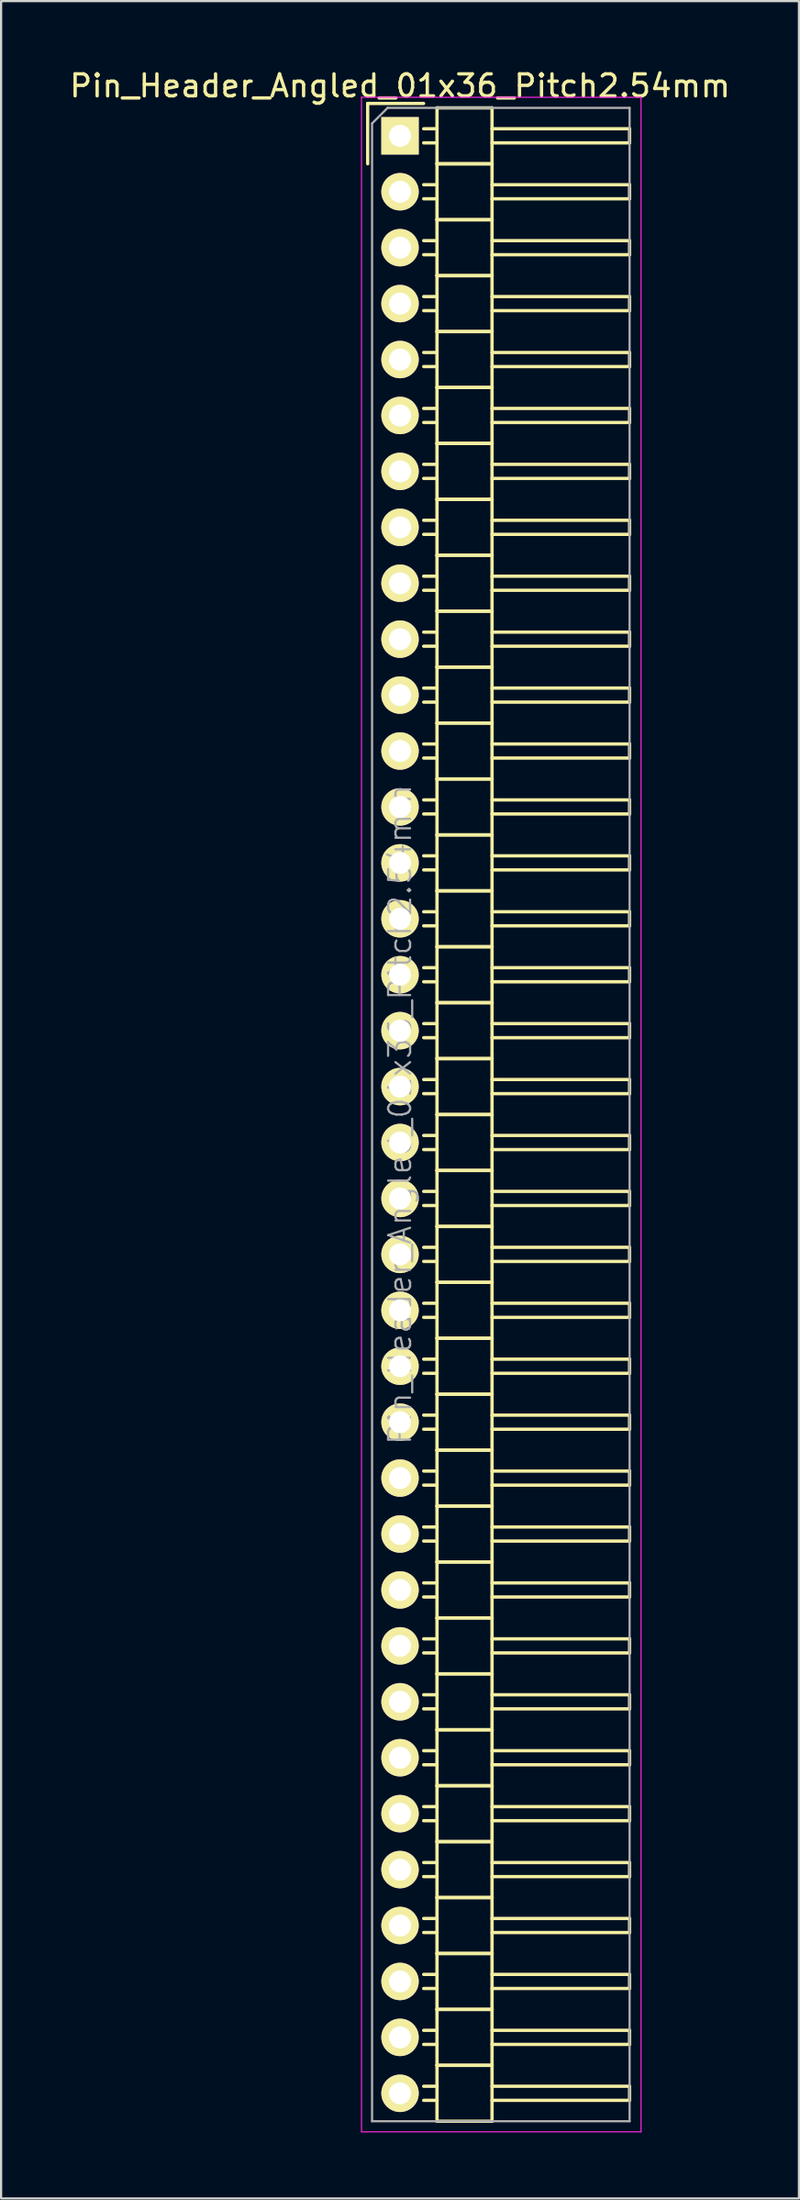
<source format=kicad_pcb>
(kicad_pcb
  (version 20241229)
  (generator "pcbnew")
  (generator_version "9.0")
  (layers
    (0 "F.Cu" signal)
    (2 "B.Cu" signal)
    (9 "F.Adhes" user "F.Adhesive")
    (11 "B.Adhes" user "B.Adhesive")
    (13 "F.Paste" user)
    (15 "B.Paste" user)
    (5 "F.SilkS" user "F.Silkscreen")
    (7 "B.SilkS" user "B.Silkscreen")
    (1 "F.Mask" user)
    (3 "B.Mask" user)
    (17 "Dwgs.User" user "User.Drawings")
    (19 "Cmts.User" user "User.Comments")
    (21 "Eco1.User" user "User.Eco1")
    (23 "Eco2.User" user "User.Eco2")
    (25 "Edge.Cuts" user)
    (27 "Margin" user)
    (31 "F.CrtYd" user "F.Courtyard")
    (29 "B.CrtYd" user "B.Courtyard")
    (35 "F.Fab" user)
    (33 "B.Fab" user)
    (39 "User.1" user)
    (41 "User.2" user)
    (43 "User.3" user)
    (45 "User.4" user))
  (footprint "Pin_Header_Angled_01x36_Pitch2.54mm"
    (layer "F.Cu")
    (at 15.125 3.118)
    (property "Reference" "Pin_Header_Angled_01x36_Pitch2.54mm" (at 0 -2.27 0) (layer "F.SilkS") (effects (font (size 1 1) (thickness 0.15))))
    (attr smd)
    (fp_line (start -1.47 -1.47) (end -1.47 1.27) (stroke (width 0.15) (type solid)) (layer "F.SilkS"))
    (fp_line (start -1.47 -1.47) (end 1.07 -1.47) (stroke (width 0.15) (type solid)) (layer "F.SilkS"))
    (fp_line (start 1.68 -0.32) (end 1.075 -0.32) (stroke (width 0.15) (type solid)) (layer "F.SilkS"))
    (fp_line (start 1.68 0.32) (end 1.075 0.32) (stroke (width 0.15) (type solid)) (layer "F.SilkS"))
    (fp_line (start 1.68 1.27) (end 1.68 -1.27) (stroke (width 0.15) (type solid)) (layer "F.SilkS"))
    (fp_line (start 1.68 2.22) (end 1.075 2.22) (stroke (width 0.15) (type solid)) (layer "F.SilkS"))
    (fp_line (start 1.68 2.86) (end 1.075 2.86) (stroke (width 0.15) (type solid)) (layer "F.SilkS"))
    (fp_line (start 1.68 3.81) (end 1.68 1.27) (stroke (width 0.15) (type solid)) (layer "F.SilkS"))
    (fp_line (start 1.68 4.76) (end 1.075 4.76) (stroke (width 0.15) (type solid)) (layer "F.SilkS"))
    (fp_line (start 1.68 5.4) (end 1.075 5.4) (stroke (width 0.15) (type solid)) (layer "F.SilkS"))
    (fp_line (start 1.68 6.35) (end 1.68 3.81) (stroke (width 0.15) (type solid)) (layer "F.SilkS"))
    (fp_line (start 1.68 7.3) (end 1.075 7.3) (stroke (width 0.15) (type solid)) (layer "F.SilkS"))
    (fp_line (start 1.68 7.94) (end 1.075 7.94) (stroke (width 0.15) (type solid)) (layer "F.SilkS"))
    (fp_line (start 1.68 8.89) (end 1.68 6.35) (stroke (width 0.15) (type solid)) (layer "F.SilkS"))
    (fp_line (start 1.68 9.84) (end 1.075 9.84) (stroke (width 0.15) (type solid)) (layer "F.SilkS"))
    (fp_line (start 1.68 10.48) (end 1.075 10.48) (stroke (width 0.15) (type solid)) (layer "F.SilkS"))
    (fp_line (start 1.68 11.43) (end 1.68 8.89) (stroke (width 0.15) (type solid)) (layer "F.SilkS"))
    (fp_line (start 1.68 12.38) (end 1.075 12.38) (stroke (width 0.15) (type solid)) (layer "F.SilkS"))
    (fp_line (start 1.68 13.02) (end 1.075 13.02) (stroke (width 0.15) (type solid)) (layer "F.SilkS"))
    (fp_line (start 1.68 13.97) (end 1.68 11.43) (stroke (width 0.15) (type solid)) (layer "F.SilkS"))
    (fp_line (start 1.68 14.92) (end 1.075 14.92) (stroke (width 0.15) (type solid)) (layer "F.SilkS"))
    (fp_line (start 1.68 15.56) (end 1.075 15.56) (stroke (width 0.15) (type solid)) (layer "F.SilkS"))
    (fp_line (start 1.68 16.51) (end 1.68 13.97) (stroke (width 0.15) (type solid)) (layer "F.SilkS"))
    (fp_line (start 1.68 17.46) (end 1.075 17.46) (stroke (width 0.15) (type solid)) (layer "F.SilkS"))
    (fp_line (start 1.68 18.1) (end 1.075 18.1) (stroke (width 0.15) (type solid)) (layer "F.SilkS"))
    (fp_line (start 1.68 19.05) (end 1.68 16.51) (stroke (width 0.15) (type solid)) (layer "F.SilkS"))
    (fp_line (start 1.68 20) (end 1.075 20) (stroke (width 0.15) (type solid)) (layer "F.SilkS"))
    (fp_line (start 1.68 20.64) (end 1.075 20.64) (stroke (width 0.15) (type solid)) (layer "F.SilkS"))
    (fp_line (start 1.68 21.59) (end 1.68 19.05) (stroke (width 0.15) (type solid)) (layer "F.SilkS"))
    (fp_line (start 1.68 22.54) (end 1.075 22.54) (stroke (width 0.15) (type solid)) (layer "F.SilkS"))
    (fp_line (start 1.68 23.18) (end 1.075 23.18) (stroke (width 0.15) (type solid)) (layer "F.SilkS"))
    (fp_line (start 1.68 24.13) (end 1.68 21.59) (stroke (width 0.15) (type solid)) (layer "F.SilkS"))
    (fp_line (start 1.68 25.08) (end 1.075 25.08) (stroke (width 0.15) (type solid)) (layer "F.SilkS"))
    (fp_line (start 1.68 25.72) (end 1.075 25.72) (stroke (width 0.15) (type solid)) (layer "F.SilkS"))
    (fp_line (start 1.68 26.67) (end 1.68 24.13) (stroke (width 0.15) (type solid)) (layer "F.SilkS"))
    (fp_line (start 1.68 27.62) (end 1.075 27.62) (stroke (width 0.15) (type solid)) (layer "F.SilkS"))
    (fp_line (start 1.68 28.26) (end 1.075 28.26) (stroke (width 0.15) (type solid)) (layer "F.SilkS"))
    (fp_line (start 1.68 29.21) (end 1.68 26.67) (stroke (width 0.15) (type solid)) (layer "F.SilkS"))
    (fp_line (start 1.68 30.16) (end 1.075 30.16) (stroke (width 0.15) (type solid)) (layer "F.SilkS"))
    (fp_line (start 1.68 30.8) (end 1.075 30.8) (stroke (width 0.15) (type solid)) (layer "F.SilkS"))
    (fp_line (start 1.68 31.75) (end 1.68 29.21) (stroke (width 0.15) (type solid)) (layer "F.SilkS"))
    (fp_line (start 1.68 32.7) (end 1.075 32.7) (stroke (width 0.15) (type solid)) (layer "F.SilkS"))
    (fp_line (start 1.68 33.34) (end 1.075 33.34) (stroke (width 0.15) (type solid)) (layer "F.SilkS"))
    (fp_line (start 1.68 34.29) (end 1.68 31.75) (stroke (width 0.15) (type solid)) (layer "F.SilkS"))
    (fp_line (start 1.68 35.24) (end 1.075 35.24) (stroke (width 0.15) (type solid)) (layer "F.SilkS"))
    (fp_line (start 1.68 35.88) (end 1.075 35.88) (stroke (width 0.15) (type solid)) (layer "F.SilkS"))
    (fp_line (start 1.68 36.83) (end 1.68 34.29) (stroke (width 0.15) (type solid)) (layer "F.SilkS"))
    (fp_line (start 1.68 37.78) (end 1.075 37.78) (stroke (width 0.15) (type solid)) (layer "F.SilkS"))
    (fp_line (start 1.68 38.42) (end 1.075 38.42) (stroke (width 0.15) (type solid)) (layer "F.SilkS"))
    (fp_line (start 1.68 39.37) (end 1.68 36.83) (stroke (width 0.15) (type solid)) (layer "F.SilkS"))
    (fp_line (start 1.68 40.32) (end 1.075 40.32) (stroke (width 0.15) (type solid)) (layer "F.SilkS"))
    (fp_line (start 1.68 40.96) (end 1.075 40.96) (stroke (width 0.15) (type solid)) (layer "F.SilkS"))
    (fp_line (start 1.68 41.91) (end 1.68 39.37) (stroke (width 0.15) (type solid)) (layer "F.SilkS"))
    (fp_line (start 1.68 42.86) (end 1.075 42.86) (stroke (width 0.15) (type solid)) (layer "F.SilkS"))
    (fp_line (start 1.68 43.5) (end 1.075 43.5) (stroke (width 0.15) (type solid)) (layer "F.SilkS"))
    (fp_line (start 1.68 44.45) (end 1.68 41.91) (stroke (width 0.15) (type solid)) (layer "F.SilkS"))
    (fp_line (start 1.68 45.4) (end 1.075 45.4) (stroke (width 0.15) (type solid)) (layer "F.SilkS"))
    (fp_line (start 1.68 46.04) (end 1.075 46.04) (stroke (width 0.15) (type solid)) (layer "F.SilkS"))
    (fp_line (start 1.68 46.99) (end 1.68 44.45) (stroke (width 0.15) (type solid)) (layer "F.SilkS"))
    (fp_line (start 1.68 47.94) (end 1.075 47.94) (stroke (width 0.15) (type solid)) (layer "F.SilkS"))
    (fp_line (start 1.68 48.58) (end 1.075 48.58) (stroke (width 0.15) (type solid)) (layer "F.SilkS"))
    (fp_line (start 1.68 49.53) (end 1.68 46.99) (stroke (width 0.15) (type solid)) (layer "F.SilkS"))
    (fp_line (start 1.68 50.48) (end 1.075 50.48) (stroke (width 0.15) (type solid)) (layer "F.SilkS"))
    (fp_line (start 1.68 51.12) (end 1.075 51.12) (stroke (width 0.15) (type solid)) (layer "F.SilkS"))
    (fp_line (start 1.68 52.07) (end 1.68 49.53) (stroke (width 0.15) (type solid)) (layer "F.SilkS"))
    (fp_line (start 1.68 53.02) (end 1.075 53.02) (stroke (width 0.15) (type solid)) (layer "F.SilkS"))
    (fp_line (start 1.68 53.66) (end 1.075 53.66) (stroke (width 0.15) (type solid)) (layer "F.SilkS"))
    (fp_line (start 1.68 54.61) (end 1.68 52.07) (stroke (width 0.15) (type solid)) (layer "F.SilkS"))
    (fp_line (start 1.68 55.56) (end 1.075 55.56) (stroke (width 0.15) (type solid)) (layer "F.SilkS"))
    (fp_line (start 1.68 56.2) (end 1.075 56.2) (stroke (width 0.15) (type solid)) (layer "F.SilkS"))
    (fp_line (start 1.68 57.15) (end 1.68 54.61) (stroke (width 0.15) (type solid)) (layer "F.SilkS"))
    (fp_line (start 1.68 58.1) (end 1.075 58.1) (stroke (width 0.15) (type solid)) (layer "F.SilkS"))
    (fp_line (start 1.68 58.74) (end 1.075 58.74) (stroke (width 0.15) (type solid)) (layer "F.SilkS"))
    (fp_line (start 1.68 59.69) (end 1.68 57.15) (stroke (width 0.15) (type solid)) (layer "F.SilkS"))
    (fp_line (start 1.68 60.64) (end 1.075 60.64) (stroke (width 0.15) (type solid)) (layer "F.SilkS"))
    (fp_line (start 1.68 61.28) (end 1.075 61.28) (stroke (width 0.15) (type solid)) (layer "F.SilkS"))
    (fp_line (start 1.68 62.23) (end 1.68 59.69) (stroke (width 0.15) (type solid)) (layer "F.SilkS"))
    (fp_line (start 1.68 63.18) (end 1.075 63.18) (stroke (width 0.15) (type solid)) (layer "F.SilkS"))
    (fp_line (start 1.68 63.82) (end 1.075 63.82) (stroke (width 0.15) (type solid)) (layer "F.SilkS"))
    (fp_line (start 1.68 64.77) (end 1.68 62.23) (stroke (width 0.15) (type solid)) (layer "F.SilkS"))
    (fp_line (start 1.68 65.72) (end 1.075 65.72) (stroke (width 0.15) (type solid)) (layer "F.SilkS"))
    (fp_line (start 1.68 66.36) (end 1.075 66.36) (stroke (width 0.15) (type solid)) (layer "F.SilkS"))
    (fp_line (start 1.68 67.31) (end 1.68 64.77) (stroke (width 0.15) (type solid)) (layer "F.SilkS"))
    (fp_line (start 1.68 68.26) (end 1.075 68.26) (stroke (width 0.15) (type solid)) (layer "F.SilkS"))
    (fp_line (start 1.68 68.9) (end 1.075 68.9) (stroke (width 0.15) (type solid)) (layer "F.SilkS"))
    (fp_line (start 1.68 69.85) (end 1.68 67.31) (stroke (width 0.15) (type solid)) (layer "F.SilkS"))
    (fp_line (start 1.68 70.8) (end 1.075 70.8) (stroke (width 0.15) (type solid)) (layer "F.SilkS"))
    (fp_line (start 1.68 71.44) (end 1.075 71.44) (stroke (width 0.15) (type solid)) (layer "F.SilkS"))
    (fp_line (start 1.68 72.39) (end 1.68 69.85) (stroke (width 0.15) (type solid)) (layer "F.SilkS"))
    (fp_line (start 1.68 73.34) (end 1.075 73.34) (stroke (width 0.15) (type solid)) (layer "F.SilkS"))
    (fp_line (start 1.68 73.98) (end 1.075 73.98) (stroke (width 0.15) (type solid)) (layer "F.SilkS"))
    (fp_line (start 1.68 74.93) (end 1.68 72.39) (stroke (width 0.15) (type solid)) (layer "F.SilkS"))
    (fp_line (start 1.68 75.88) (end 1.075 75.88) (stroke (width 0.15) (type solid)) (layer "F.SilkS"))
    (fp_line (start 1.68 76.52) (end 1.075 76.52) (stroke (width 0.15) (type solid)) (layer "F.SilkS"))
    (fp_line (start 1.68 77.47) (end 1.68 74.93) (stroke (width 0.15) (type solid)) (layer "F.SilkS"))
    (fp_line (start 1.68 78.42) (end 1.075 78.42) (stroke (width 0.15) (type solid)) (layer "F.SilkS"))
    (fp_line (start 1.68 79.06) (end 1.075 79.06) (stroke (width 0.15) (type solid)) (layer "F.SilkS"))
    (fp_line (start 1.68 80.01) (end 1.68 77.47) (stroke (width 0.15) (type solid)) (layer "F.SilkS"))
    (fp_line (start 1.68 80.96) (end 1.075 80.96) (stroke (width 0.15) (type solid)) (layer "F.SilkS"))
    (fp_line (start 1.68 81.6) (end 1.075 81.6) (stroke (width 0.15) (type solid)) (layer "F.SilkS"))
    (fp_line (start 1.68 82.55) (end 1.68 80.01) (stroke (width 0.15) (type solid)) (layer "F.SilkS"))
    (fp_line (start 1.68 83.5) (end 1.075 83.5) (stroke (width 0.15) (type solid)) (layer "F.SilkS"))
    (fp_line (start 1.68 84.14) (end 1.075 84.14) (stroke (width 0.15) (type solid)) (layer "F.SilkS"))
    (fp_line (start 1.68 85.09) (end 1.68 82.55) (stroke (width 0.15) (type solid)) (layer "F.SilkS"))
    (fp_line (start 1.68 86.04) (end 1.075 86.04) (stroke (width 0.15) (type solid)) (layer "F.SilkS"))
    (fp_line (start 1.68 86.68) (end 1.075 86.68) (stroke (width 0.15) (type solid)) (layer "F.SilkS"))
    (fp_line (start 1.68 87.63) (end 1.68 85.09) (stroke (width 0.15) (type solid)) (layer "F.SilkS"))
    (fp_line (start 1.68 88.58) (end 1.075 88.58) (stroke (width 0.15) (type solid)) (layer "F.SilkS"))
    (fp_line (start 1.68 89.22) (end 1.075 89.22) (stroke (width 0.15) (type solid)) (layer "F.SilkS"))
    (fp_line (start 1.68 90.17) (end 1.68 87.63) (stroke (width 0.15) (type solid)) (layer "F.SilkS"))
    (fp_line (start 4.18 -1.27) (end 1.68 -1.27) (stroke (width 0.15) (type solid)) (layer "F.SilkS"))
    (fp_line (start 4.18 -0.32) (end 10.43 -0.32) (stroke (width 0.15) (type solid)) (layer "F.SilkS"))
    (fp_line (start 4.18 0.32) (end 10.43 0.32) (stroke (width 0.15) (type solid)) (layer "F.SilkS"))
    (fp_line (start 4.18 1.27) (end 1.68 1.27) (stroke (width 0.15) (type solid)) (layer "F.SilkS"))
    (fp_line (start 4.18 1.27) (end 1.68 1.27) (stroke (width 0.15) (type solid)) (layer "F.SilkS"))
    (fp_line (start 4.18 1.27) (end 4.18 -1.27) (stroke (width 0.15) (type solid)) (layer "F.SilkS"))
    (fp_line (start 4.18 2.22) (end 10.43 2.22) (stroke (width 0.15) (type solid)) (layer "F.SilkS"))
    (fp_line (start 4.18 2.86) (end 10.43 2.86) (stroke (width 0.15) (type solid)) (layer "F.SilkS"))
    (fp_line (start 4.18 3.81) (end 1.68 3.81) (stroke (width 0.15) (type solid)) (layer "F.SilkS"))
    (fp_line (start 4.18 3.81) (end 1.68 3.81) (stroke (width 0.15) (type solid)) (layer "F.SilkS"))
    (fp_line (start 4.18 3.81) (end 4.18 1.27) (stroke (width 0.15) (type solid)) (layer "F.SilkS"))
    (fp_line (start 4.18 4.76) (end 10.43 4.76) (stroke (width 0.15) (type solid)) (layer "F.SilkS"))
    (fp_line (start 4.18 5.4) (end 10.43 5.4) (stroke (width 0.15) (type solid)) (layer "F.SilkS"))
    (fp_line (start 4.18 6.35) (end 1.68 6.35) (stroke (width 0.15) (type solid)) (layer "F.SilkS"))
    (fp_line (start 4.18 6.35) (end 1.68 6.35) (stroke (width 0.15) (type solid)) (layer "F.SilkS"))
    (fp_line (start 4.18 6.35) (end 4.18 3.81) (stroke (width 0.15) (type solid)) (layer "F.SilkS"))
    (fp_line (start 4.18 7.3) (end 10.43 7.3) (stroke (width 0.15) (type solid)) (layer "F.SilkS"))
    (fp_line (start 4.18 7.94) (end 10.43 7.94) (stroke (width 0.15) (type solid)) (layer "F.SilkS"))
    (fp_line (start 4.18 8.89) (end 1.68 8.89) (stroke (width 0.15) (type solid)) (layer "F.SilkS"))
    (fp_line (start 4.18 8.89) (end 1.68 8.89) (stroke (width 0.15) (type solid)) (layer "F.SilkS"))
    (fp_line (start 4.18 8.89) (end 4.18 6.35) (stroke (width 0.15) (type solid)) (layer "F.SilkS"))
    (fp_line (start 4.18 9.84) (end 10.43 9.84) (stroke (width 0.15) (type solid)) (layer "F.SilkS"))
    (fp_line (start 4.18 10.48) (end 10.43 10.48) (stroke (width 0.15) (type solid)) (layer "F.SilkS"))
    (fp_line (start 4.18 11.43) (end 1.68 11.43) (stroke (width 0.15) (type solid)) (layer "F.SilkS"))
    (fp_line (start 4.18 11.43) (end 1.68 11.43) (stroke (width 0.15) (type solid)) (layer "F.SilkS"))
    (fp_line (start 4.18 11.43) (end 4.18 8.89) (stroke (width 0.15) (type solid)) (layer "F.SilkS"))
    (fp_line (start 4.18 12.38) (end 10.43 12.38) (stroke (width 0.15) (type solid)) (layer "F.SilkS"))
    (fp_line (start 4.18 13.02) (end 10.43 13.02) (stroke (width 0.15) (type solid)) (layer "F.SilkS"))
    (fp_line (start 4.18 13.97) (end 1.68 13.97) (stroke (width 0.15) (type solid)) (layer "F.SilkS"))
    (fp_line (start 4.18 13.97) (end 1.68 13.97) (stroke (width 0.15) (type solid)) (layer "F.SilkS"))
    (fp_line (start 4.18 13.97) (end 4.18 11.43) (stroke (width 0.15) (type solid)) (layer "F.SilkS"))
    (fp_line (start 4.18 14.92) (end 10.43 14.92) (stroke (width 0.15) (type solid)) (layer "F.SilkS"))
    (fp_line (start 4.18 15.56) (end 10.43 15.56) (stroke (width 0.15) (type solid)) (layer "F.SilkS"))
    (fp_line (start 4.18 16.51) (end 1.68 16.51) (stroke (width 0.15) (type solid)) (layer "F.SilkS"))
    (fp_line (start 4.18 16.51) (end 1.68 16.51) (stroke (width 0.15) (type solid)) (layer "F.SilkS"))
    (fp_line (start 4.18 16.51) (end 4.18 13.97) (stroke (width 0.15) (type solid)) (layer "F.SilkS"))
    (fp_line (start 4.18 17.46) (end 10.43 17.46) (stroke (width 0.15) (type solid)) (layer "F.SilkS"))
    (fp_line (start 4.18 18.1) (end 10.43 18.1) (stroke (width 0.15) (type solid)) (layer "F.SilkS"))
    (fp_line (start 4.18 19.05) (end 1.68 19.05) (stroke (width 0.15) (type solid)) (layer "F.SilkS"))
    (fp_line (start 4.18 19.05) (end 1.68 19.05) (stroke (width 0.15) (type solid)) (layer "F.SilkS"))
    (fp_line (start 4.18 19.05) (end 4.18 16.51) (stroke (width 0.15) (type solid)) (layer "F.SilkS"))
    (fp_line (start 4.18 20) (end 10.43 20) (stroke (width 0.15) (type solid)) (layer "F.SilkS"))
    (fp_line (start 4.18 20.64) (end 10.43 20.64) (stroke (width 0.15) (type solid)) (layer "F.SilkS"))
    (fp_line (start 4.18 21.59) (end 1.68 21.59) (stroke (width 0.15) (type solid)) (layer "F.SilkS"))
    (fp_line (start 4.18 21.59) (end 1.68 21.59) (stroke (width 0.15) (type solid)) (layer "F.SilkS"))
    (fp_line (start 4.18 21.59) (end 4.18 19.05) (stroke (width 0.15) (type solid)) (layer "F.SilkS"))
    (fp_line (start 4.18 22.54) (end 10.43 22.54) (stroke (width 0.15) (type solid)) (layer "F.SilkS"))
    (fp_line (start 4.18 23.18) (end 10.43 23.18) (stroke (width 0.15) (type solid)) (layer "F.SilkS"))
    (fp_line (start 4.18 24.13) (end 1.68 24.13) (stroke (width 0.15) (type solid)) (layer "F.SilkS"))
    (fp_line (start 4.18 24.13) (end 1.68 24.13) (stroke (width 0.15) (type solid)) (layer "F.SilkS"))
    (fp_line (start 4.18 24.13) (end 4.18 21.59) (stroke (width 0.15) (type solid)) (layer "F.SilkS"))
    (fp_line (start 4.18 25.08) (end 10.43 25.08) (stroke (width 0.15) (type solid)) (layer "F.SilkS"))
    (fp_line (start 4.18 25.72) (end 10.43 25.72) (stroke (width 0.15) (type solid)) (layer "F.SilkS"))
    (fp_line (start 4.18 26.67) (end 1.68 26.67) (stroke (width 0.15) (type solid)) (layer "F.SilkS"))
    (fp_line (start 4.18 26.67) (end 1.68 26.67) (stroke (width 0.15) (type solid)) (layer "F.SilkS"))
    (fp_line (start 4.18 26.67) (end 4.18 24.13) (stroke (width 0.15) (type solid)) (layer "F.SilkS"))
    (fp_line (start 4.18 27.62) (end 10.43 27.62) (stroke (width 0.15) (type solid)) (layer "F.SilkS"))
    (fp_line (start 4.18 28.26) (end 10.43 28.26) (stroke (width 0.15) (type solid)) (layer "F.SilkS"))
    (fp_line (start 4.18 29.21) (end 1.68 29.21) (stroke (width 0.15) (type solid)) (layer "F.SilkS"))
    (fp_line (start 4.18 29.21) (end 1.68 29.21) (stroke (width 0.15) (type solid)) (layer "F.SilkS"))
    (fp_line (start 4.18 29.21) (end 4.18 26.67) (stroke (width 0.15) (type solid)) (layer "F.SilkS"))
    (fp_line (start 4.18 30.16) (end 10.43 30.16) (stroke (width 0.15) (type solid)) (layer "F.SilkS"))
    (fp_line (start 4.18 30.8) (end 10.43 30.8) (stroke (width 0.15) (type solid)) (layer "F.SilkS"))
    (fp_line (start 4.18 31.75) (end 1.68 31.75) (stroke (width 0.15) (type solid)) (layer "F.SilkS"))
    (fp_line (start 4.18 31.75) (end 1.68 31.75) (stroke (width 0.15) (type solid)) (layer "F.SilkS"))
    (fp_line (start 4.18 31.75) (end 4.18 29.21) (stroke (width 0.15) (type solid)) (layer "F.SilkS"))
    (fp_line (start 4.18 32.7) (end 10.43 32.7) (stroke (width 0.15) (type solid)) (layer "F.SilkS"))
    (fp_line (start 4.18 33.34) (end 10.43 33.34) (stroke (width 0.15) (type solid)) (layer "F.SilkS"))
    (fp_line (start 4.18 34.29) (end 1.68 34.29) (stroke (width 0.15) (type solid)) (layer "F.SilkS"))
    (fp_line (start 4.18 34.29) (end 1.68 34.29) (stroke (width 0.15) (type solid)) (layer "F.SilkS"))
    (fp_line (start 4.18 34.29) (end 4.18 31.75) (stroke (width 0.15) (type solid)) (layer "F.SilkS"))
    (fp_line (start 4.18 35.24) (end 10.43 35.24) (stroke (width 0.15) (type solid)) (layer "F.SilkS"))
    (fp_line (start 4.18 35.88) (end 10.43 35.88) (stroke (width 0.15) (type solid)) (layer "F.SilkS"))
    (fp_line (start 4.18 36.83) (end 1.68 36.83) (stroke (width 0.15) (type solid)) (layer "F.SilkS"))
    (fp_line (start 4.18 36.83) (end 1.68 36.83) (stroke (width 0.15) (type solid)) (layer "F.SilkS"))
    (fp_line (start 4.18 36.83) (end 4.18 34.29) (stroke (width 0.15) (type solid)) (layer "F.SilkS"))
    (fp_line (start 4.18 37.78) (end 10.43 37.78) (stroke (width 0.15) (type solid)) (layer "F.SilkS"))
    (fp_line (start 4.18 38.42) (end 10.43 38.42) (stroke (width 0.15) (type solid)) (layer "F.SilkS"))
    (fp_line (start 4.18 39.37) (end 1.68 39.37) (stroke (width 0.15) (type solid)) (layer "F.SilkS"))
    (fp_line (start 4.18 39.37) (end 1.68 39.37) (stroke (width 0.15) (type solid)) (layer "F.SilkS"))
    (fp_line (start 4.18 39.37) (end 4.18 36.83) (stroke (width 0.15) (type solid)) (layer "F.SilkS"))
    (fp_line (start 4.18 40.32) (end 10.43 40.32) (stroke (width 0.15) (type solid)) (layer "F.SilkS"))
    (fp_line (start 4.18 40.96) (end 10.43 40.96) (stroke (width 0.15) (type solid)) (layer "F.SilkS"))
    (fp_line (start 4.18 41.91) (end 1.68 41.91) (stroke (width 0.15) (type solid)) (layer "F.SilkS"))
    (fp_line (start 4.18 41.91) (end 1.68 41.91) (stroke (width 0.15) (type solid)) (layer "F.SilkS"))
    (fp_line (start 4.18 41.91) (end 4.18 39.37) (stroke (width 0.15) (type solid)) (layer "F.SilkS"))
    (fp_line (start 4.18 42.86) (end 10.43 42.86) (stroke (width 0.15) (type solid)) (layer "F.SilkS"))
    (fp_line (start 4.18 43.5) (end 10.43 43.5) (stroke (width 0.15) (type solid)) (layer "F.SilkS"))
    (fp_line (start 4.18 44.45) (end 1.68 44.45) (stroke (width 0.15) (type solid)) (layer "F.SilkS"))
    (fp_line (start 4.18 44.45) (end 1.68 44.45) (stroke (width 0.15) (type solid)) (layer "F.SilkS"))
    (fp_line (start 4.18 44.45) (end 4.18 41.91) (stroke (width 0.15) (type solid)) (layer "F.SilkS"))
    (fp_line (start 4.18 45.4) (end 10.43 45.4) (stroke (width 0.15) (type solid)) (layer "F.SilkS"))
    (fp_line (start 4.18 46.04) (end 10.43 46.04) (stroke (width 0.15) (type solid)) (layer "F.SilkS"))
    (fp_line (start 4.18 46.99) (end 1.68 46.99) (stroke (width 0.15) (type solid)) (layer "F.SilkS"))
    (fp_line (start 4.18 46.99) (end 1.68 46.99) (stroke (width 0.15) (type solid)) (layer "F.SilkS"))
    (fp_line (start 4.18 46.99) (end 4.18 44.45) (stroke (width 0.15) (type solid)) (layer "F.SilkS"))
    (fp_line (start 4.18 47.94) (end 10.43 47.94) (stroke (width 0.15) (type solid)) (layer "F.SilkS"))
    (fp_line (start 4.18 48.58) (end 10.43 48.58) (stroke (width 0.15) (type solid)) (layer "F.SilkS"))
    (fp_line (start 4.18 49.53) (end 1.68 49.53) (stroke (width 0.15) (type solid)) (layer "F.SilkS"))
    (fp_line (start 4.18 49.53) (end 1.68 49.53) (stroke (width 0.15) (type solid)) (layer "F.SilkS"))
    (fp_line (start 4.18 49.53) (end 4.18 46.99) (stroke (width 0.15) (type solid)) (layer "F.SilkS"))
    (fp_line (start 4.18 50.48) (end 10.43 50.48) (stroke (width 0.15) (type solid)) (layer "F.SilkS"))
    (fp_line (start 4.18 51.12) (end 10.43 51.12) (stroke (width 0.15) (type solid)) (layer "F.SilkS"))
    (fp_line (start 4.18 52.07) (end 1.68 52.07) (stroke (width 0.15) (type solid)) (layer "F.SilkS"))
    (fp_line (start 4.18 52.07) (end 1.68 52.07) (stroke (width 0.15) (type solid)) (layer "F.SilkS"))
    (fp_line (start 4.18 52.07) (end 4.18 49.53) (stroke (width 0.15) (type solid)) (layer "F.SilkS"))
    (fp_line (start 4.18 53.02) (end 10.43 53.02) (stroke (width 0.15) (type solid)) (layer "F.SilkS"))
    (fp_line (start 4.18 53.66) (end 10.43 53.66) (stroke (width 0.15) (type solid)) (layer "F.SilkS"))
    (fp_line (start 4.18 54.61) (end 1.68 54.61) (stroke (width 0.15) (type solid)) (layer "F.SilkS"))
    (fp_line (start 4.18 54.61) (end 1.68 54.61) (stroke (width 0.15) (type solid)) (layer "F.SilkS"))
    (fp_line (start 4.18 54.61) (end 4.18 52.07) (stroke (width 0.15) (type solid)) (layer "F.SilkS"))
    (fp_line (start 4.18 55.56) (end 10.43 55.56) (stroke (width 0.15) (type solid)) (layer "F.SilkS"))
    (fp_line (start 4.18 56.2) (end 10.43 56.2) (stroke (width 0.15) (type solid)) (layer "F.SilkS"))
    (fp_line (start 4.18 57.15) (end 1.68 57.15) (stroke (width 0.15) (type solid)) (layer "F.SilkS"))
    (fp_line (start 4.18 57.15) (end 1.68 57.15) (stroke (width 0.15) (type solid)) (layer "F.SilkS"))
    (fp_line (start 4.18 57.15) (end 4.18 54.61) (stroke (width 0.15) (type solid)) (layer "F.SilkS"))
    (fp_line (start 4.18 58.1) (end 10.43 58.1) (stroke (width 0.15) (type solid)) (layer "F.SilkS"))
    (fp_line (start 4.18 58.74) (end 10.43 58.74) (stroke (width 0.15) (type solid)) (layer "F.SilkS"))
    (fp_line (start 4.18 59.69) (end 1.68 59.69) (stroke (width 0.15) (type solid)) (layer "F.SilkS"))
    (fp_line (start 4.18 59.69) (end 1.68 59.69) (stroke (width 0.15) (type solid)) (layer "F.SilkS"))
    (fp_line (start 4.18 59.69) (end 4.18 57.15) (stroke (width 0.15) (type solid)) (layer "F.SilkS"))
    (fp_line (start 4.18 60.64) (end 10.43 60.64) (stroke (width 0.15) (type solid)) (layer "F.SilkS"))
    (fp_line (start 4.18 61.28) (end 10.43 61.28) (stroke (width 0.15) (type solid)) (layer "F.SilkS"))
    (fp_line (start 4.18 62.23) (end 1.68 62.23) (stroke (width 0.15) (type solid)) (layer "F.SilkS"))
    (fp_line (start 4.18 62.23) (end 1.68 62.23) (stroke (width 0.15) (type solid)) (layer "F.SilkS"))
    (fp_line (start 4.18 62.23) (end 4.18 59.69) (stroke (width 0.15) (type solid)) (layer "F.SilkS"))
    (fp_line (start 4.18 63.18) (end 10.43 63.18) (stroke (width 0.15) (type solid)) (layer "F.SilkS"))
    (fp_line (start 4.18 63.82) (end 10.43 63.82) (stroke (width 0.15) (type solid)) (layer "F.SilkS"))
    (fp_line (start 4.18 64.77) (end 1.68 64.77) (stroke (width 0.15) (type solid)) (layer "F.SilkS"))
    (fp_line (start 4.18 64.77) (end 1.68 64.77) (stroke (width 0.15) (type solid)) (layer "F.SilkS"))
    (fp_line (start 4.18 64.77) (end 4.18 62.23) (stroke (width 0.15) (type solid)) (layer "F.SilkS"))
    (fp_line (start 4.18 65.72) (end 10.43 65.72) (stroke (width 0.15) (type solid)) (layer "F.SilkS"))
    (fp_line (start 4.18 66.36) (end 10.43 66.36) (stroke (width 0.15) (type solid)) (layer "F.SilkS"))
    (fp_line (start 4.18 67.31) (end 1.68 67.31) (stroke (width 0.15) (type solid)) (layer "F.SilkS"))
    (fp_line (start 4.18 67.31) (end 1.68 67.31) (stroke (width 0.15) (type solid)) (layer "F.SilkS"))
    (fp_line (start 4.18 67.31) (end 4.18 64.77) (stroke (width 0.15) (type solid)) (layer "F.SilkS"))
    (fp_line (start 4.18 68.26) (end 10.43 68.26) (stroke (width 0.15) (type solid)) (layer "F.SilkS"))
    (fp_line (start 4.18 68.9) (end 10.43 68.9) (stroke (width 0.15) (type solid)) (layer "F.SilkS"))
    (fp_line (start 4.18 69.85) (end 1.68 69.85) (stroke (width 0.15) (type solid)) (layer "F.SilkS"))
    (fp_line (start 4.18 69.85) (end 1.68 69.85) (stroke (width 0.15) (type solid)) (layer "F.SilkS"))
    (fp_line (start 4.18 69.85) (end 4.18 67.31) (stroke (width 0.15) (type solid)) (layer "F.SilkS"))
    (fp_line (start 4.18 70.8) (end 10.43 70.8) (stroke (width 0.15) (type solid)) (layer "F.SilkS"))
    (fp_line (start 4.18 71.44) (end 10.43 71.44) (stroke (width 0.15) (type solid)) (layer "F.SilkS"))
    (fp_line (start 4.18 72.39) (end 1.68 72.39) (stroke (width 0.15) (type solid)) (layer "F.SilkS"))
    (fp_line (start 4.18 72.39) (end 1.68 72.39) (stroke (width 0.15) (type solid)) (layer "F.SilkS"))
    (fp_line (start 4.18 72.39) (end 4.18 69.85) (stroke (width 0.15) (type solid)) (layer "F.SilkS"))
    (fp_line (start 4.18 73.34) (end 10.43 73.34) (stroke (width 0.15) (type solid)) (layer "F.SilkS"))
    (fp_line (start 4.18 73.98) (end 10.43 73.98) (stroke (width 0.15) (type solid)) (layer "F.SilkS"))
    (fp_line (start 4.18 74.93) (end 1.68 74.93) (stroke (width 0.15) (type solid)) (layer "F.SilkS"))
    (fp_line (start 4.18 74.93) (end 1.68 74.93) (stroke (width 0.15) (type solid)) (layer "F.SilkS"))
    (fp_line (start 4.18 74.93) (end 4.18 72.39) (stroke (width 0.15) (type solid)) (layer "F.SilkS"))
    (fp_line (start 4.18 75.88) (end 10.43 75.88) (stroke (width 0.15) (type solid)) (layer "F.SilkS"))
    (fp_line (start 4.18 76.52) (end 10.43 76.52) (stroke (width 0.15) (type solid)) (layer "F.SilkS"))
    (fp_line (start 4.18 77.47) (end 1.68 77.47) (stroke (width 0.15) (type solid)) (layer "F.SilkS"))
    (fp_line (start 4.18 77.47) (end 1.68 77.47) (stroke (width 0.15) (type solid)) (layer "F.SilkS"))
    (fp_line (start 4.18 77.47) (end 4.18 74.93) (stroke (width 0.15) (type solid)) (layer "F.SilkS"))
    (fp_line (start 4.18 78.42) (end 10.43 78.42) (stroke (width 0.15) (type solid)) (layer "F.SilkS"))
    (fp_line (start 4.18 79.06) (end 10.43 79.06) (stroke (width 0.15) (type solid)) (layer "F.SilkS"))
    (fp_line (start 4.18 80.01) (end 1.68 80.01) (stroke (width 0.15) (type solid)) (layer "F.SilkS"))
    (fp_line (start 4.18 80.01) (end 1.68 80.01) (stroke (width 0.15) (type solid)) (layer "F.SilkS"))
    (fp_line (start 4.18 80.01) (end 4.18 77.47) (stroke (width 0.15) (type solid)) (layer "F.SilkS"))
    (fp_line (start 4.18 80.96) (end 10.43 80.96) (stroke (width 0.15) (type solid)) (layer "F.SilkS"))
    (fp_line (start 4.18 81.6) (end 10.43 81.6) (stroke (width 0.15) (type solid)) (layer "F.SilkS"))
    (fp_line (start 4.18 82.55) (end 1.68 82.55) (stroke (width 0.15) (type solid)) (layer "F.SilkS"))
    (fp_line (start 4.18 82.55) (end 1.68 82.55) (stroke (width 0.15) (type solid)) (layer "F.SilkS"))
    (fp_line (start 4.18 82.55) (end 4.18 80.01) (stroke (width 0.15) (type solid)) (layer "F.SilkS"))
    (fp_line (start 4.18 83.5) (end 10.43 83.5) (stroke (width 0.15) (type solid)) (layer "F.SilkS"))
    (fp_line (start 4.18 84.14) (end 10.43 84.14) (stroke (width 0.15) (type solid)) (layer "F.SilkS"))
    (fp_line (start 4.18 85.09) (end 1.68 85.09) (stroke (width 0.15) (type solid)) (layer "F.SilkS"))
    (fp_line (start 4.18 85.09) (end 1.68 85.09) (stroke (width 0.15) (type solid)) (layer "F.SilkS"))
    (fp_line (start 4.18 85.09) (end 4.18 82.55) (stroke (width 0.15) (type solid)) (layer "F.SilkS"))
    (fp_line (start 4.18 86.04) (end 10.43 86.04) (stroke (width 0.15) (type solid)) (layer "F.SilkS"))
    (fp_line (start 4.18 86.68) (end 10.43 86.68) (stroke (width 0.15) (type solid)) (layer "F.SilkS"))
    (fp_line (start 4.18 87.63) (end 1.68 87.63) (stroke (width 0.15) (type solid)) (layer "F.SilkS"))
    (fp_line (start 4.18 87.63) (end 1.68 87.63) (stroke (width 0.15) (type solid)) (layer "F.SilkS"))
    (fp_line (start 4.18 87.63) (end 4.18 85.09) (stroke (width 0.15) (type solid)) (layer "F.SilkS"))
    (fp_line (start 4.18 88.58) (end 10.43 88.58) (stroke (width 0.15) (type solid)) (layer "F.SilkS"))
    (fp_line (start 4.18 89.22) (end 10.43 89.22) (stroke (width 0.15) (type solid)) (layer "F.SilkS"))
    (fp_line (start 4.18 90.17) (end 1.68 90.17) (stroke (width 0.15) (type solid)) (layer "F.SilkS"))
    (fp_line (start 4.18 90.17) (end 4.18 87.63) (stroke (width 0.15) (type solid)) (layer "F.SilkS"))
    (fp_line (start 10.43 0.32) (end 10.43 -0.32) (stroke (width 0.15) (type solid)) (layer "F.SilkS"))
    (fp_line (start 10.43 2.86) (end 10.43 2.22) (stroke (width 0.15) (type solid)) (layer "F.SilkS"))
    (fp_line (start 10.43 5.4) (end 10.43 4.76) (stroke (width 0.15) (type solid)) (layer "F.SilkS"))
    (fp_line (start 10.43 7.94) (end 10.43 7.3) (stroke (width 0.15) (type solid)) (layer "F.SilkS"))
    (fp_line (start 10.43 10.48) (end 10.43 9.84) (stroke (width 0.15) (type solid)) (layer "F.SilkS"))
    (fp_line (start 10.43 13.02) (end 10.43 12.38) (stroke (width 0.15) (type solid)) (layer "F.SilkS"))
    (fp_line (start 10.43 15.56) (end 10.43 14.92) (stroke (width 0.15) (type solid)) (layer "F.SilkS"))
    (fp_line (start 10.43 18.1) (end 10.43 17.46) (stroke (width 0.15) (type solid)) (layer "F.SilkS"))
    (fp_line (start 10.43 20.64) (end 10.43 20) (stroke (width 0.15) (type solid)) (layer "F.SilkS"))
    (fp_line (start 10.43 23.18) (end 10.43 22.54) (stroke (width 0.15) (type solid)) (layer "F.SilkS"))
    (fp_line (start 10.43 25.72) (end 10.43 25.08) (stroke (width 0.15) (type solid)) (layer "F.SilkS"))
    (fp_line (start 10.43 28.26) (end 10.43 27.62) (stroke (width 0.15) (type solid)) (layer "F.SilkS"))
    (fp_line (start 10.43 30.8) (end 10.43 30.16) (stroke (width 0.15) (type solid)) (layer "F.SilkS"))
    (fp_line (start 10.43 33.34) (end 10.43 32.7) (stroke (width 0.15) (type solid)) (layer "F.SilkS"))
    (fp_line (start 10.43 35.88) (end 10.43 35.24) (stroke (width 0.15) (type solid)) (layer "F.SilkS"))
    (fp_line (start 10.43 38.42) (end 10.43 37.78) (stroke (width 0.15) (type solid)) (layer "F.SilkS"))
    (fp_line (start 10.43 40.96) (end 10.43 40.32) (stroke (width 0.15) (type solid)) (layer "F.SilkS"))
    (fp_line (start 10.43 43.5) (end 10.43 42.86) (stroke (width 0.15) (type solid)) (layer "F.SilkS"))
    (fp_line (start 10.43 46.04) (end 10.43 45.4) (stroke (width 0.15) (type solid)) (layer "F.SilkS"))
    (fp_line (start 10.43 48.58) (end 10.43 47.94) (stroke (width 0.15) (type solid)) (layer "F.SilkS"))
    (fp_line (start 10.43 51.12) (end 10.43 50.48) (stroke (width 0.15) (type solid)) (layer "F.SilkS"))
    (fp_line (start 10.43 53.66) (end 10.43 53.02) (stroke (width 0.15) (type solid)) (layer "F.SilkS"))
    (fp_line (start 10.43 56.2) (end 10.43 55.56) (stroke (width 0.15) (type solid)) (layer "F.SilkS"))
    (fp_line (start 10.43 58.74) (end 10.43 58.1) (stroke (width 0.15) (type solid)) (layer "F.SilkS"))
    (fp_line (start 10.43 61.28) (end 10.43 60.64) (stroke (width 0.15) (type solid)) (layer "F.SilkS"))
    (fp_line (start 10.43 63.82) (end 10.43 63.18) (stroke (width 0.15) (type solid)) (layer "F.SilkS"))
    (fp_line (start 10.43 66.36) (end 10.43 65.72) (stroke (width 0.15) (type solid)) (layer "F.SilkS"))
    (fp_line (start 10.43 68.9) (end 10.43 68.26) (stroke (width 0.15) (type solid)) (layer "F.SilkS"))
    (fp_line (start 10.43 71.44) (end 10.43 70.8) (stroke (width 0.15) (type solid)) (layer "F.SilkS"))
    (fp_line (start 10.43 73.98) (end 10.43 73.34) (stroke (width 0.15) (type solid)) (layer "F.SilkS"))
    (fp_line (start 10.43 76.52) (end 10.43 75.88) (stroke (width 0.15) (type solid)) (layer "F.SilkS"))
    (fp_line (start 10.43 79.06) (end 10.43 78.42) (stroke (width 0.15) (type solid)) (layer "F.SilkS"))
    (fp_line (start 10.43 81.6) (end 10.43 80.96) (stroke (width 0.15) (type solid)) (layer "F.SilkS"))
    (fp_line (start 10.43 84.14) (end 10.43 83.5) (stroke (width 0.15) (type solid)) (layer "F.SilkS"))
    (fp_line (start 10.43 86.68) (end 10.43 86.04) (stroke (width 0.15) (type solid)) (layer "F.SilkS"))
    (fp_line (start 10.43 89.22) (end 10.43 88.58) (stroke (width 0.15) (type solid)) (layer "F.SilkS"))
    (fp_line (start -1.75 -1.75) (end -1.75 90.65) (stroke (width 0.05) (type solid)) (layer "F.CrtYd"))
    (fp_line (start 10.95 -1.75) (end -1.75 -1.75) (stroke (width 0.05) (type solid)) (layer "F.CrtYd"))
    (fp_line (start 10.95 -1.75) (end 10.95 90.65) (stroke (width 0.05) (type solid)) (layer "F.CrtYd"))
    (fp_line (start 10.95 90.65) (end -1.75 90.65) (stroke (width 0.05) (type solid)) (layer "F.CrtYd"))
    (fp_line (start -1.27 -0.563) (end -0.563 -1.27) (stroke (width 0.1) (type solid)) (layer "F.Fab"))
    (fp_line (start -1.27 90.17) (end -1.27 -0.563) (stroke (width 0.1) (type solid)) (layer "F.Fab"))
    (fp_line (start 10.43 -1.27) (end -0.563 -1.27) (stroke (width 0.1) (type solid)) (layer "F.Fab"))
    (fp_line (start 10.43 90.17) (end -1.27 90.17) (stroke (width 0.1) (type solid)) (layer "F.Fab"))
    (fp_line (start 10.43 90.17) (end 10.43 -1.27) (stroke (width 0.1) (type solid)) (layer "F.Fab"))
    (fp_text user "${REFERENCE}" (at 0 44.45 90) (layer "F.Fab") (effects (font (size 1 1) (thickness 0.1))))
    (pad "1" thru_hole rect (at 0 0) (size 1.7 1.7) (drill 1) (layers "*.Cu" "*.Mask" "F.SilkS"))
    (pad "2" thru_hole oval (at 0 2.54) (size 1.7 1.7) (drill 1) (layers "*.Cu" "*.Mask" "F.SilkS"))
    (pad "3" thru_hole oval (at 0 5.08) (size 1.7 1.7) (drill 1) (layers "*.Cu" "*.Mask" "F.SilkS"))
    (pad "4" thru_hole oval (at 0 7.62) (size 1.7 1.7) (drill 1) (layers "*.Cu" "*.Mask" "F.SilkS"))
    (pad "5" thru_hole oval (at 0 10.16) (size 1.7 1.7) (drill 1) (layers "*.Cu" "*.Mask" "F.SilkS"))
    (pad "6" thru_hole oval (at 0 12.7) (size 1.7 1.7) (drill 1) (layers "*.Cu" "*.Mask" "F.SilkS"))
    (pad "7" thru_hole oval (at 0 15.24) (size 1.7 1.7) (drill 1) (layers "*.Cu" "*.Mask" "F.SilkS"))
    (pad "8" thru_hole oval (at 0 17.78) (size 1.7 1.7) (drill 1) (layers "*.Cu" "*.Mask" "F.SilkS"))
    (pad "9" thru_hole oval (at 0 20.32) (size 1.7 1.7) (drill 1) (layers "*.Cu" "*.Mask" "F.SilkS"))
    (pad "10" thru_hole oval (at 0 22.86) (size 1.7 1.7) (drill 1) (layers "*.Cu" "*.Mask" "F.SilkS"))
    (pad "11" thru_hole oval (at 0 25.4) (size 1.7 1.7) (drill 1) (layers "*.Cu" "*.Mask" "F.SilkS"))
    (pad "12" thru_hole oval (at 0 27.94) (size 1.7 1.7) (drill 1) (layers "*.Cu" "*.Mask" "F.SilkS"))
    (pad "13" thru_hole oval (at 0 30.48) (size 1.7 1.7) (drill 1) (layers "*.Cu" "*.Mask" "F.SilkS"))
    (pad "14" thru_hole oval (at 0 33.02) (size 1.7 1.7) (drill 1) (layers "*.Cu" "*.Mask" "F.SilkS"))
    (pad "15" thru_hole oval (at 0 35.56) (size 1.7 1.7) (drill 1) (layers "*.Cu" "*.Mask" "F.SilkS"))
    (pad "16" thru_hole oval (at 0 38.1) (size 1.7 1.7) (drill 1) (layers "*.Cu" "*.Mask" "F.SilkS"))
    (pad "17" thru_hole oval (at 0 40.64) (size 1.7 1.7) (drill 1) (layers "*.Cu" "*.Mask" "F.SilkS"))
    (pad "18" thru_hole oval (at 0 43.18) (size 1.7 1.7) (drill 1) (layers "*.Cu" "*.Mask" "F.SilkS"))
    (pad "19" thru_hole oval (at 0 45.72) (size 1.7 1.7) (drill 1) (layers "*.Cu" "*.Mask" "F.SilkS"))
    (pad "20" thru_hole oval (at 0 48.26) (size 1.7 1.7) (drill 1) (layers "*.Cu" "*.Mask" "F.SilkS"))
    (pad "21" thru_hole oval (at 0 50.8) (size 1.7 1.7) (drill 1) (layers "*.Cu" "*.Mask" "F.SilkS"))
    (pad "22" thru_hole oval (at 0 53.34) (size 1.7 1.7) (drill 1) (layers "*.Cu" "*.Mask" "F.SilkS"))
    (pad "23" thru_hole oval (at 0 55.88) (size 1.7 1.7) (drill 1) (layers "*.Cu" "*.Mask" "F.SilkS"))
    (pad "24" thru_hole oval (at 0 58.42) (size 1.7 1.7) (drill 1) (layers "*.Cu" "*.Mask" "F.SilkS"))
    (pad "25" thru_hole oval (at 0 60.96) (size 1.7 1.7) (drill 1) (layers "*.Cu" "*.Mask" "F.SilkS"))
    (pad "26" thru_hole oval (at 0 63.5) (size 1.7 1.7) (drill 1) (layers "*.Cu" "*.Mask" "F.SilkS"))
    (pad "27" thru_hole oval (at 0 66.04) (size 1.7 1.7) (drill 1) (layers "*.Cu" "*.Mask" "F.SilkS"))
    (pad "28" thru_hole oval (at 0 68.58) (size 1.7 1.7) (drill 1) (layers "*.Cu" "*.Mask" "F.SilkS"))
    (pad "29" thru_hole oval (at 0 71.12) (size 1.7 1.7) (drill 1) (layers "*.Cu" "*.Mask" "F.SilkS"))
    (pad "30" thru_hole oval (at 0 73.66) (size 1.7 1.7) (drill 1) (layers "*.Cu" "*.Mask" "F.SilkS"))
    (pad "31" thru_hole oval (at 0 76.2) (size 1.7 1.7) (drill 1) (layers "*.Cu" "*.Mask" "F.SilkS"))
    (pad "32" thru_hole oval (at 0 78.74) (size 1.7 1.7) (drill 1) (layers "*.Cu" "*.Mask" "F.SilkS"))
    (pad "33" thru_hole oval (at 0 81.28) (size 1.7 1.7) (drill 1) (layers "*.Cu" "*.Mask" "F.SilkS"))
    (pad "34" thru_hole oval (at 0 83.82) (size 1.7 1.7) (drill 1) (layers "*.Cu" "*.Mask" "F.SilkS"))
    (pad "35" thru_hole oval (at 0 86.36) (size 1.7 1.7) (drill 1) (layers "*.Cu" "*.Mask" "F.SilkS"))
    (pad "36" thru_hole oval (at 0 88.9) (size 1.7 1.7) (drill 1) (layers "*.Cu" "*.Mask" "F.SilkS")))
  (gr_rect
    (start -3 -3)
    (end 33.25 96.793)
    (stroke (width 0.1) (type default))
    (fill no)
    (layer "Edge.Cuts")))
</source>
